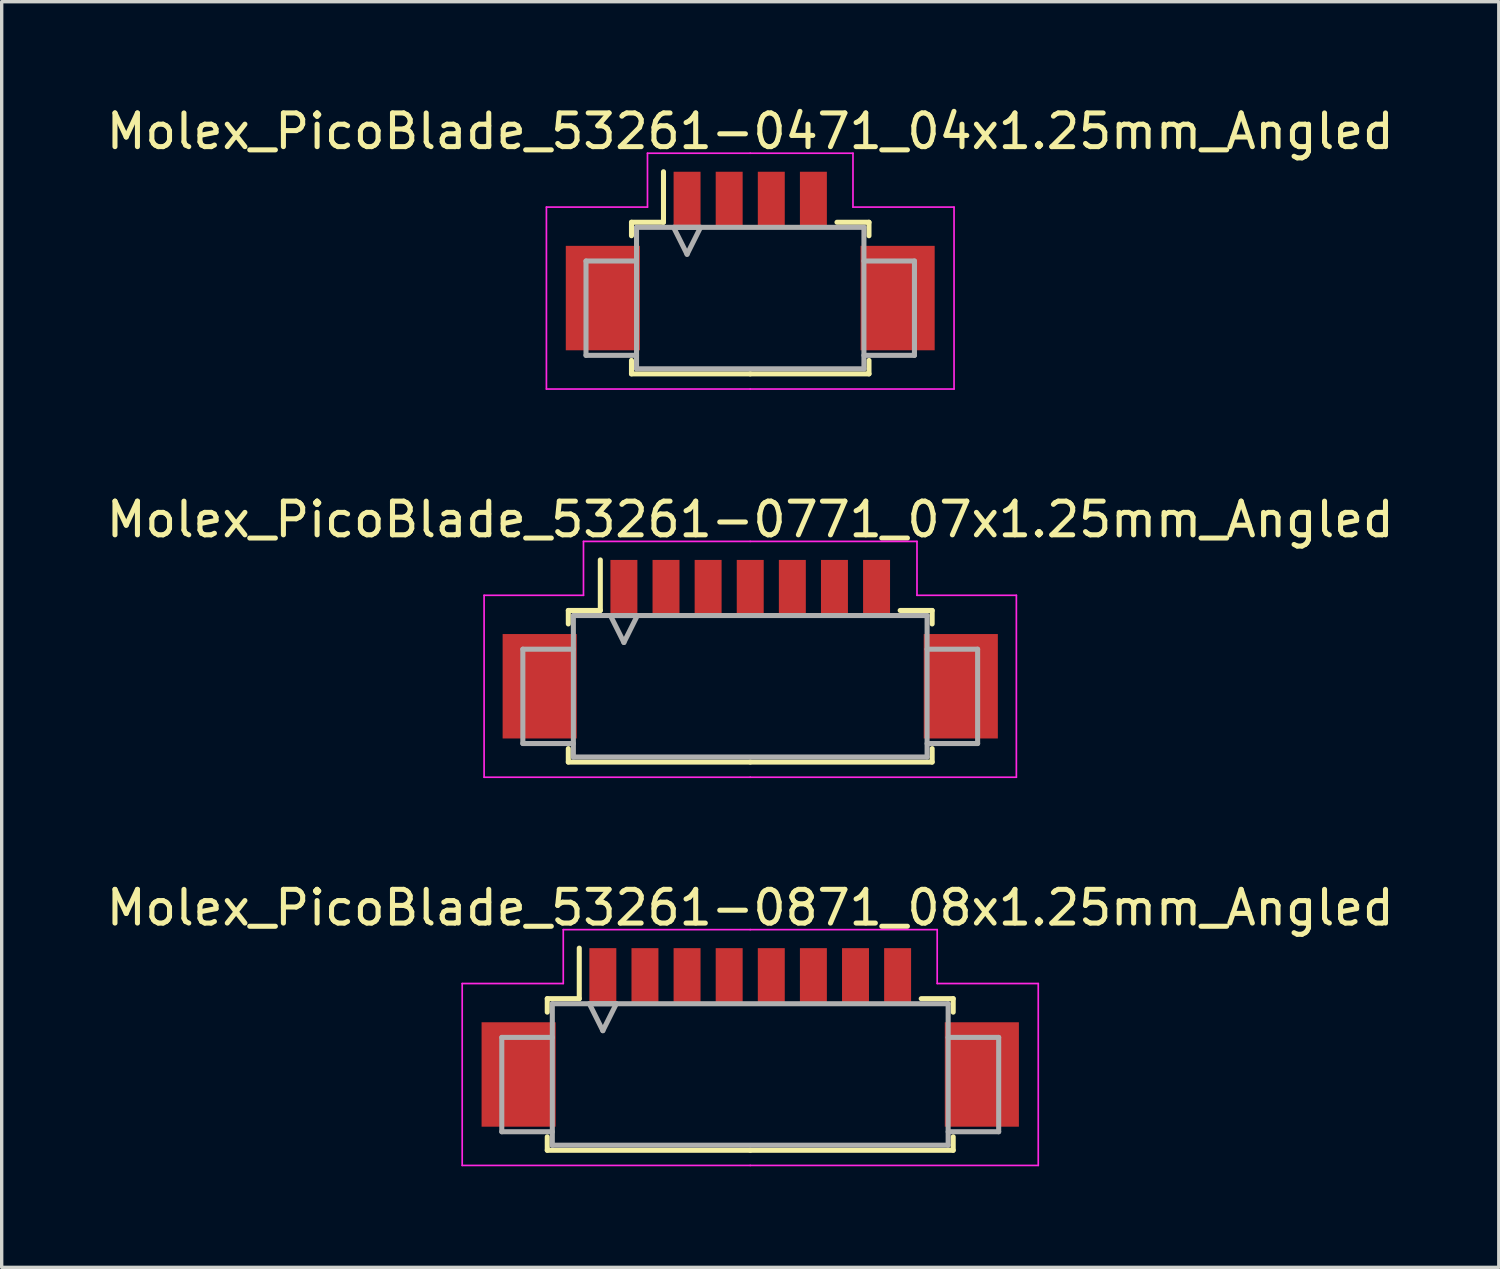
<source format=kicad_pcb>
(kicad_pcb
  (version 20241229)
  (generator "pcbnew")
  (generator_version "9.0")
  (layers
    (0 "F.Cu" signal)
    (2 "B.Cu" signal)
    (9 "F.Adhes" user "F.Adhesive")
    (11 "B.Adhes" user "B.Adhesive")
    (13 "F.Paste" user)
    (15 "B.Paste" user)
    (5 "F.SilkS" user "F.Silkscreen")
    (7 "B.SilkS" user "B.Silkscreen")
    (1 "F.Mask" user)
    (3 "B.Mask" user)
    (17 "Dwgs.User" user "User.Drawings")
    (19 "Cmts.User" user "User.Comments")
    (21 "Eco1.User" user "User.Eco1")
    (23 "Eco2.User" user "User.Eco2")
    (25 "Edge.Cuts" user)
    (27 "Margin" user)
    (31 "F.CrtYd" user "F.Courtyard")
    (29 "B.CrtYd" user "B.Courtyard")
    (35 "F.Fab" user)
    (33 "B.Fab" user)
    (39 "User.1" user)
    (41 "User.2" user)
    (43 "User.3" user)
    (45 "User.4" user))
  (footprint "Molex_PicoBlade_53261-0771_07x1.25mm_Angled"
    (layer "F.Cu")
    (at 19.22 15.871)
    (property "Reference" "Molex_PicoBlade_53261-0771_07x1.25mm_Angled" (at 0 -3.5 0) (layer "F.SilkS") (effects (font (size 1 1) (thickness 0.15))))
    (attr smd)
    (fp_line (start -5.4 -0.8) (end -5.4 -0.4) (stroke (width 0.15) (type solid)) (layer "F.SilkS"))
    (fp_line (start -5.4 3.3) (end -5.4 3.7) (stroke (width 0.15) (type solid)) (layer "F.SilkS"))
    (fp_line (start -5.4 3.7) (end 0 3.7) (stroke (width 0.15) (type solid)) (layer "F.SilkS"))
    (fp_line (start -4.45 -0.8) (end -5.4 -0.8) (stroke (width 0.15) (type solid)) (layer "F.SilkS"))
    (fp_line (start -4.45 -0.8) (end -4.45 -2.3) (stroke (width 0.15) (type solid)) (layer "F.SilkS"))
    (fp_line (start 4.45 -0.8) (end 5.4 -0.8) (stroke (width 0.15) (type solid)) (layer "F.SilkS"))
    (fp_line (start 5.4 -0.8) (end 5.4 -0.4) (stroke (width 0.15) (type solid)) (layer "F.SilkS"))
    (fp_line (start 5.4 3.3) (end 5.4 3.7) (stroke (width 0.15) (type solid)) (layer "F.SilkS"))
    (fp_line (start 5.4 3.7) (end 0 3.7) (stroke (width 0.15) (type solid)) (layer "F.SilkS"))
    (fp_line (start -7.9 -1.25) (end -7.9 4.15) (stroke (width 0.05) (type solid)) (layer "F.CrtYd"))
    (fp_line (start -7.9 4.15) (end 0 4.15) (stroke (width 0.05) (type solid)) (layer "F.CrtYd"))
    (fp_line (start -4.95 -2.85) (end -4.95 -1.25) (stroke (width 0.05) (type solid)) (layer "F.CrtYd"))
    (fp_line (start -4.95 -1.25) (end -7.9 -1.25) (stroke (width 0.05) (type solid)) (layer "F.CrtYd"))
    (fp_line (start 0 -2.85) (end -4.95 -2.85) (stroke (width 0.05) (type solid)) (layer "F.CrtYd"))
    (fp_line (start 0 -2.85) (end 4.95 -2.85) (stroke (width 0.05) (type solid)) (layer "F.CrtYd"))
    (fp_line (start 4.95 -2.85) (end 4.95 -1.25) (stroke (width 0.05) (type solid)) (layer "F.CrtYd"))
    (fp_line (start 4.95 -1.25) (end 7.9 -1.25) (stroke (width 0.05) (type solid)) (layer "F.CrtYd"))
    (fp_line (start 7.9 -1.25) (end 7.9 4.15) (stroke (width 0.05) (type solid)) (layer "F.CrtYd"))
    (fp_line (start 7.9 4.15) (end 0 4.15) (stroke (width 0.05) (type solid)) (layer "F.CrtYd"))
    (fp_line (start -6.75 0.35) (end -6.75 3.15) (stroke (width 0.15) (type solid)) (layer "F.Fab"))
    (fp_line (start -6.75 3.15) (end -5.25 3.15) (stroke (width 0.15) (type solid)) (layer "F.Fab"))
    (fp_line (start -5.25 -0.65) (end 5.25 -0.65) (stroke (width 0.15) (type solid)) (layer "F.Fab"))
    (fp_line (start -5.25 0.35) (end -6.75 0.35) (stroke (width 0.15) (type solid)) (layer "F.Fab"))
    (fp_line (start -5.25 3.55) (end -5.25 -0.65) (stroke (width 0.15) (type solid)) (layer "F.Fab"))
    (fp_line (start -4.15 -0.65) (end -3.75 0.15) (stroke (width 0.15) (type solid)) (layer "F.Fab"))
    (fp_line (start -3.75 0.15) (end -3.35 -0.65) (stroke (width 0.15) (type solid)) (layer "F.Fab"))
    (fp_line (start -3.35 -0.65) (end -4.15 -0.65) (stroke (width 0.15) (type solid)) (layer "F.Fab"))
    (fp_line (start 5.25 -0.65) (end 5.25 3.55) (stroke (width 0.15) (type solid)) (layer "F.Fab"))
    (fp_line (start 5.25 0.35) (end 6.75 0.35) (stroke (width 0.15) (type solid)) (layer "F.Fab"))
    (fp_line (start 5.25 3.55) (end -5.25 3.55) (stroke (width 0.15) (type solid)) (layer "F.Fab"))
    (fp_line (start 6.75 0.35) (end 6.75 3.15) (stroke (width 0.15) (type solid)) (layer "F.Fab"))
    (fp_line (start 6.75 3.15) (end 5.25 3.15) (stroke (width 0.15) (type solid)) (layer "F.Fab"))
    (pad "" smd rect (at -6.25 1.45) (size 2.2 3.1) (layers "F.Cu" "F.Mask" "F.Paste"))
    (pad "" smd rect (at 6.25 1.45) (size 2.2 3.1) (layers "F.Cu" "F.Mask" "F.Paste"))
    (pad "1" smd rect (at -3.75 -1.45) (size 0.8 1.7) (layers "F.Cu" "F.Mask" "F.Paste"))
    (pad "2" smd rect (at -2.5 -1.45) (size 0.8 1.7) (layers "F.Cu" "F.Mask" "F.Paste"))
    (pad "3" smd rect (at -1.25 -1.45) (size 0.8 1.7) (layers "F.Cu" "F.Mask" "F.Paste"))
    (pad "4" smd rect (at 0 -1.45) (size 0.8 1.7) (layers "F.Cu" "F.Mask" "F.Paste"))
    (pad "5" smd rect (at 1.25 -1.45) (size 0.8 1.7) (layers "F.Cu" "F.Mask" "F.Paste"))
    (pad "6" smd rect (at 2.5 -1.45) (size 0.8 1.7) (layers "F.Cu" "F.Mask" "F.Paste"))
    (pad "7" smd rect (at 3.75 -1.45) (size 0.8 1.7) (layers "F.Cu" "F.Mask" "F.Paste")))
  (footprint "Molex_PicoBlade_53261-0471_04x1.25mm_Angled"
    (layer "F.Cu")
    (at 19.22 4.348)
    (property "Reference" "Molex_PicoBlade_53261-0471_04x1.25mm_Angled" (at 0 -3.5 0) (layer "F.SilkS") (effects (font (size 1 1) (thickness 0.15))))
    (attr smd)
    (fp_line (start -3.525 -0.8) (end -3.525 -0.4) (stroke (width 0.15) (type solid)) (layer "F.SilkS"))
    (fp_line (start -3.525 3.3) (end -3.525 3.7) (stroke (width 0.15) (type solid)) (layer "F.SilkS"))
    (fp_line (start -3.525 3.7) (end 0 3.7) (stroke (width 0.15) (type solid)) (layer "F.SilkS"))
    (fp_line (start -2.575 -0.8) (end -3.525 -0.8) (stroke (width 0.15) (type solid)) (layer "F.SilkS"))
    (fp_line (start -2.575 -0.8) (end -2.575 -2.3) (stroke (width 0.15) (type solid)) (layer "F.SilkS"))
    (fp_line (start 2.575 -0.8) (end 3.525 -0.8) (stroke (width 0.15) (type solid)) (layer "F.SilkS"))
    (fp_line (start 3.525 -0.8) (end 3.525 -0.4) (stroke (width 0.15) (type solid)) (layer "F.SilkS"))
    (fp_line (start 3.525 3.3) (end 3.525 3.7) (stroke (width 0.15) (type solid)) (layer "F.SilkS"))
    (fp_line (start 3.525 3.7) (end 0 3.7) (stroke (width 0.15) (type solid)) (layer "F.SilkS"))
    (fp_line (start -6.05 -1.25) (end -6.05 4.15) (stroke (width 0.05) (type solid)) (layer "F.CrtYd"))
    (fp_line (start -6.05 4.15) (end 0 4.15) (stroke (width 0.05) (type solid)) (layer "F.CrtYd"))
    (fp_line (start -3.05 -2.85) (end -3.05 -1.25) (stroke (width 0.05) (type solid)) (layer "F.CrtYd"))
    (fp_line (start -3.05 -1.25) (end -6.05 -1.25) (stroke (width 0.05) (type solid)) (layer "F.CrtYd"))
    (fp_line (start 0 -2.85) (end -3.05 -2.85) (stroke (width 0.05) (type solid)) (layer "F.CrtYd"))
    (fp_line (start 0 -2.85) (end 3.05 -2.85) (stroke (width 0.05) (type solid)) (layer "F.CrtYd"))
    (fp_line (start 3.05 -2.85) (end 3.05 -1.25) (stroke (width 0.05) (type solid)) (layer "F.CrtYd"))
    (fp_line (start 3.05 -1.25) (end 6.05 -1.25) (stroke (width 0.05) (type solid)) (layer "F.CrtYd"))
    (fp_line (start 6.05 -1.25) (end 6.05 4.15) (stroke (width 0.05) (type solid)) (layer "F.CrtYd"))
    (fp_line (start 6.05 4.15) (end 0 4.15) (stroke (width 0.05) (type solid)) (layer "F.CrtYd"))
    (fp_line (start -4.875 0.35) (end -4.875 3.15) (stroke (width 0.15) (type solid)) (layer "F.Fab"))
    (fp_line (start -4.875 3.15) (end -3.375 3.15) (stroke (width 0.15) (type solid)) (layer "F.Fab"))
    (fp_line (start -3.375 -0.65) (end 3.375 -0.65) (stroke (width 0.15) (type solid)) (layer "F.Fab"))
    (fp_line (start -3.375 0.35) (end -4.875 0.35) (stroke (width 0.15) (type solid)) (layer "F.Fab"))
    (fp_line (start -3.375 3.55) (end -3.375 -0.65) (stroke (width 0.15) (type solid)) (layer "F.Fab"))
    (fp_line (start -2.275 -0.65) (end -1.875 0.15) (stroke (width 0.15) (type solid)) (layer "F.Fab"))
    (fp_line (start -1.875 0.15) (end -1.475 -0.65) (stroke (width 0.15) (type solid)) (layer "F.Fab"))
    (fp_line (start -1.475 -0.65) (end -2.275 -0.65) (stroke (width 0.15) (type solid)) (layer "F.Fab"))
    (fp_line (start 3.375 -0.65) (end 3.375 3.55) (stroke (width 0.15) (type solid)) (layer "F.Fab"))
    (fp_line (start 3.375 0.35) (end 4.875 0.35) (stroke (width 0.15) (type solid)) (layer "F.Fab"))
    (fp_line (start 3.375 3.55) (end -3.375 3.55) (stroke (width 0.15) (type solid)) (layer "F.Fab"))
    (fp_line (start 4.875 0.35) (end 4.875 3.15) (stroke (width 0.15) (type solid)) (layer "F.Fab"))
    (fp_line (start 4.875 3.15) (end 3.375 3.15) (stroke (width 0.15) (type solid)) (layer "F.Fab"))
    (pad "" smd rect (at -4.375 1.45) (size 2.2 3.1) (layers "F.Cu" "F.Mask" "F.Paste"))
    (pad "" smd rect (at 4.375 1.45) (size 2.2 3.1) (layers "F.Cu" "F.Mask" "F.Paste"))
    (pad "1" smd rect (at -1.875 -1.45) (size 0.8 1.7) (layers "F.Cu" "F.Mask" "F.Paste"))
    (pad "2" smd rect (at -0.625 -1.45) (size 0.8 1.7) (layers "F.Cu" "F.Mask" "F.Paste"))
    (pad "3" smd rect (at 0.625 -1.45) (size 0.8 1.7) (layers "F.Cu" "F.Mask" "F.Paste"))
    (pad "4" smd rect (at 1.875 -1.45) (size 0.8 1.7) (layers "F.Cu" "F.Mask" "F.Paste")))
  (footprint "Molex_PicoBlade_53261-0871_08x1.25mm_Angled"
    (layer "F.Cu")
    (at 19.22 27.395)
    (property "Reference" "Molex_PicoBlade_53261-0871_08x1.25mm_Angled" (at 0 -3.5 0) (layer "F.SilkS") (effects (font (size 1 1) (thickness 0.15))))
    (attr smd)
    (fp_line (start -6.025 -0.8) (end -6.025 -0.4) (stroke (width 0.15) (type solid)) (layer "F.SilkS"))
    (fp_line (start -6.025 3.3) (end -6.025 3.7) (stroke (width 0.15) (type solid)) (layer "F.SilkS"))
    (fp_line (start -6.025 3.7) (end 0 3.7) (stroke (width 0.15) (type solid)) (layer "F.SilkS"))
    (fp_line (start -5.075 -0.8) (end -6.025 -0.8) (stroke (width 0.15) (type solid)) (layer "F.SilkS"))
    (fp_line (start -5.075 -0.8) (end -5.075 -2.3) (stroke (width 0.15) (type solid)) (layer "F.SilkS"))
    (fp_line (start 5.075 -0.8) (end 6.025 -0.8) (stroke (width 0.15) (type solid)) (layer "F.SilkS"))
    (fp_line (start 6.025 -0.8) (end 6.025 -0.4) (stroke (width 0.15) (type solid)) (layer "F.SilkS"))
    (fp_line (start 6.025 3.3) (end 6.025 3.7) (stroke (width 0.15) (type solid)) (layer "F.SilkS"))
    (fp_line (start 6.025 3.7) (end 0 3.7) (stroke (width 0.15) (type solid)) (layer "F.SilkS"))
    (fp_line (start -8.55 -1.25) (end -8.55 4.15) (stroke (width 0.05) (type solid)) (layer "F.CrtYd"))
    (fp_line (start -8.55 4.15) (end 0 4.15) (stroke (width 0.05) (type solid)) (layer "F.CrtYd"))
    (fp_line (start -5.55 -2.85) (end -5.55 -1.25) (stroke (width 0.05) (type solid)) (layer "F.CrtYd"))
    (fp_line (start -5.55 -1.25) (end -8.55 -1.25) (stroke (width 0.05) (type solid)) (layer "F.CrtYd"))
    (fp_line (start 0 -2.85) (end -5.55 -2.85) (stroke (width 0.05) (type solid)) (layer "F.CrtYd"))
    (fp_line (start 0 -2.85) (end 5.55 -2.85) (stroke (width 0.05) (type solid)) (layer "F.CrtYd"))
    (fp_line (start 5.55 -2.85) (end 5.55 -1.25) (stroke (width 0.05) (type solid)) (layer "F.CrtYd"))
    (fp_line (start 5.55 -1.25) (end 8.55 -1.25) (stroke (width 0.05) (type solid)) (layer "F.CrtYd"))
    (fp_line (start 8.55 -1.25) (end 8.55 4.15) (stroke (width 0.05) (type solid)) (layer "F.CrtYd"))
    (fp_line (start 8.55 4.15) (end 0 4.15) (stroke (width 0.05) (type solid)) (layer "F.CrtYd"))
    (fp_line (start -7.375 0.35) (end -7.375 3.15) (stroke (width 0.15) (type solid)) (layer "F.Fab"))
    (fp_line (start -7.375 3.15) (end -5.875 3.15) (stroke (width 0.15) (type solid)) (layer "F.Fab"))
    (fp_line (start -5.875 -0.65) (end 5.875 -0.65) (stroke (width 0.15) (type solid)) (layer "F.Fab"))
    (fp_line (start -5.875 0.35) (end -7.375 0.35) (stroke (width 0.15) (type solid)) (layer "F.Fab"))
    (fp_line (start -5.875 3.55) (end -5.875 -0.65) (stroke (width 0.15) (type solid)) (layer "F.Fab"))
    (fp_line (start -4.775 -0.65) (end -4.375 0.15) (stroke (width 0.15) (type solid)) (layer "F.Fab"))
    (fp_line (start -4.375 0.15) (end -3.975 -0.65) (stroke (width 0.15) (type solid)) (layer "F.Fab"))
    (fp_line (start -3.975 -0.65) (end -4.775 -0.65) (stroke (width 0.15) (type solid)) (layer "F.Fab"))
    (fp_line (start 5.875 -0.65) (end 5.875 3.55) (stroke (width 0.15) (type solid)) (layer "F.Fab"))
    (fp_line (start 5.875 0.35) (end 7.375 0.35) (stroke (width 0.15) (type solid)) (layer "F.Fab"))
    (fp_line (start 5.875 3.55) (end -5.875 3.55) (stroke (width 0.15) (type solid)) (layer "F.Fab"))
    (fp_line (start 7.375 0.35) (end 7.375 3.15) (stroke (width 0.15) (type solid)) (layer "F.Fab"))
    (fp_line (start 7.375 3.15) (end 5.875 3.15) (stroke (width 0.15) (type solid)) (layer "F.Fab"))
    (pad "" smd rect (at -6.875 1.45) (size 2.2 3.1) (layers "F.Cu" "F.Mask" "F.Paste"))
    (pad "" smd rect (at 6.875 1.45) (size 2.2 3.1) (layers "F.Cu" "F.Mask" "F.Paste"))
    (pad "1" smd rect (at -4.375 -1.45) (size 0.8 1.7) (layers "F.Cu" "F.Mask" "F.Paste"))
    (pad "2" smd rect (at -3.125 -1.45) (size 0.8 1.7) (layers "F.Cu" "F.Mask" "F.Paste"))
    (pad "3" smd rect (at -1.875 -1.45) (size 0.8 1.7) (layers "F.Cu" "F.Mask" "F.Paste"))
    (pad "4" smd rect (at -0.625 -1.45) (size 0.8 1.7) (layers "F.Cu" "F.Mask" "F.Paste"))
    (pad "5" smd rect (at 0.625 -1.45) (size 0.8 1.7) (layers "F.Cu" "F.Mask" "F.Paste"))
    (pad "6" smd rect (at 1.875 -1.45) (size 0.8 1.7) (layers "F.Cu" "F.Mask" "F.Paste"))
    (pad "7" smd rect (at 3.125 -1.45) (size 0.8 1.7) (layers "F.Cu" "F.Mask" "F.Paste"))
    (pad "8" smd rect (at 4.375 -1.45) (size 0.8 1.7) (layers "F.Cu" "F.Mask" "F.Paste")))
  (gr_rect
    (start -3 -3)
    (end 41.44 34.57)
    (stroke (width 0.1) (type default))
    (fill no)
    (layer "Edge.Cuts")))
</source>
